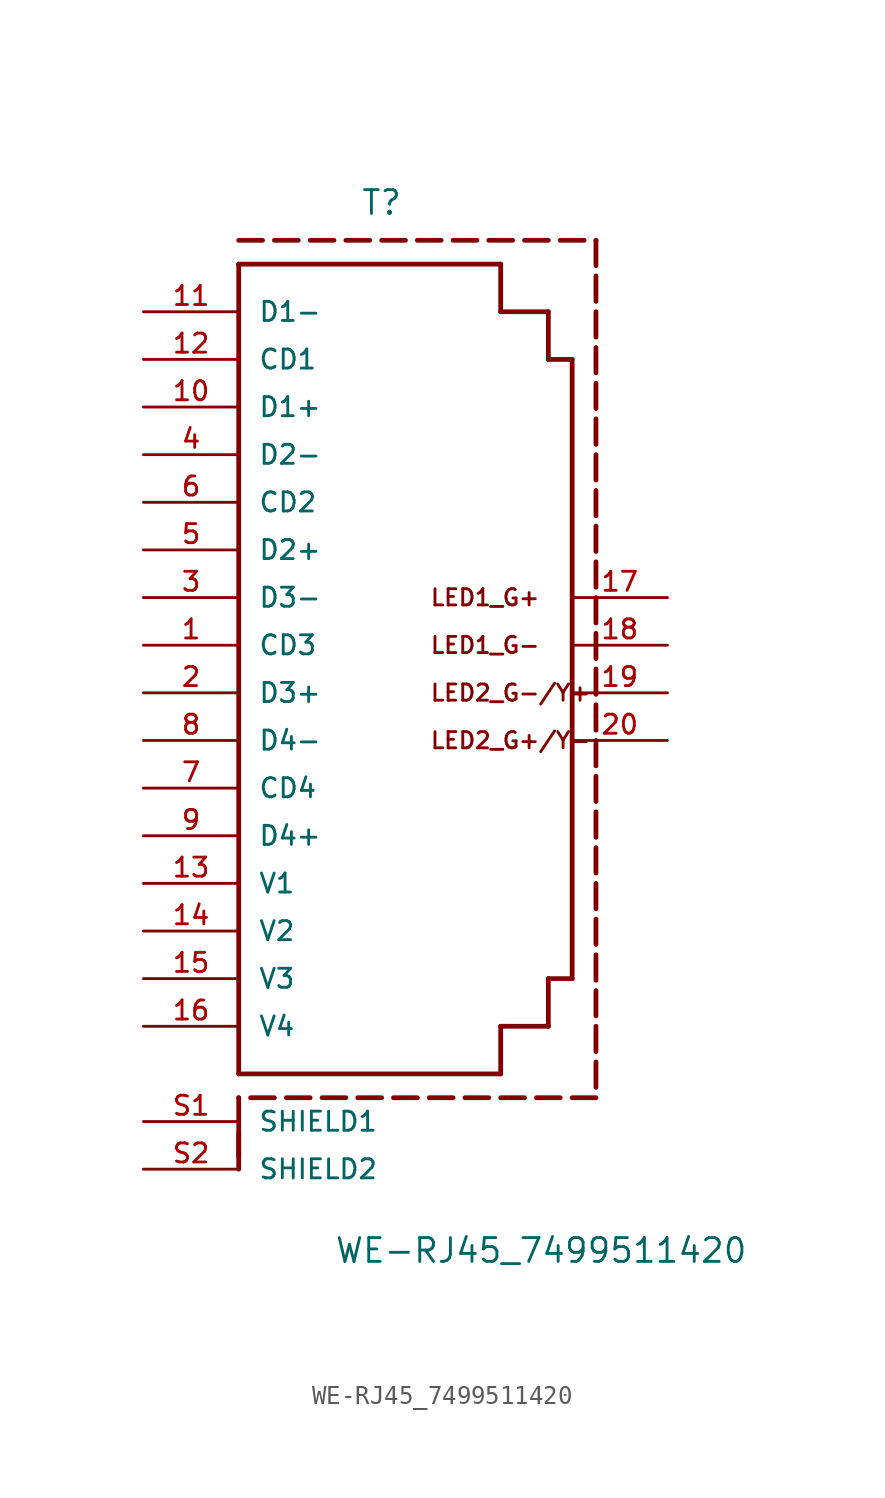
<source format=kicad_sym>
(kicad_symbol_lib
  (version 20211014)
  (generator kicad_symbol_editor)
  (symbol "WE-RJ45_7499511420"
    (pin_names
      (offset 1.016))
    (property "Reference" "T"
      (at 0.0 25.4 0)
      (effects (font (size 1.27 1.27)) (justify bottom)))
    (property "Value" "WE-RJ45_7499511420"
      (at -2.54 -30.48 0)
      (effects (font (size 1.27 1.27)) (justify bottom left)))
    (symbol "WE-RJ45_7499511420_0_0"
      (text "LED2_G-/Y+" (at 2.54 0.0 0) (effects (font (size 0.864 0.864)) (justify left)))
      (text "LED2_G+/Y-" (at 2.54 -2.54 0) (effects (font (size 0.864 0.864)) (justify left)))
      (text "LED1_G-" (at 2.54 2.54 0) (effects (font (size 0.864 0.864)) (justify left)))
      (text "LED1_G+" (at 2.54 5.08 0) (effects (font (size 0.864 0.864)) (justify left)))
      (polyline (pts (xy -7.62 22.86) (xy 6.35 22.86)) (stroke (width 0.254)))
      (polyline (pts (xy 10.16 17.78) (xy 10.16 -15.24)) (stroke (width 0.254)))
      (polyline (pts (xy 6.35 -20.32) (xy -7.62 -20.32)) (stroke (width 0.254)))
      (polyline (pts (xy -7.62 -20.32) (xy -7.62 22.86)) (stroke (width 0.254)))
      (polyline (pts (xy 6.35 22.86) (xy 6.35 20.32)) (stroke (width 0.254)))
      (polyline (pts (xy 6.35 20.32) (xy 8.89 20.32)) (stroke (width 0.254)))
      (polyline (pts (xy 8.89 20.32) (xy 8.89 17.78)) (stroke (width 0.254)))
      (polyline (pts (xy 6.35 -20.32) (xy 6.35 -17.78)) (stroke (width 0.254)))
      (polyline (pts (xy 6.35 -17.78) (xy 8.89 -17.78)) (stroke (width 0.254)))
      (polyline (pts (xy 8.89 -17.78) (xy 8.89 -15.24)) (stroke (width 0.254)))
      (polyline (pts (xy 8.89 -15.24) (xy 10.16 -15.24)) (stroke (width 0.254)))
      (polyline (pts (xy 8.89 17.78) (xy 10.16 17.78)) (stroke (width 0.254)))
      (polyline (pts (xy -7.62 24.13) (xy -6.35 24.13)) (stroke (width 0.254)))
      (polyline (pts (xy -5.715 24.13) (xy -4.445 24.13)) (stroke (width 0.254)))
      (polyline (pts (xy -3.81 24.13) (xy -2.54 24.13)) (stroke (width 0.254)))
      (polyline (pts (xy -1.905 24.13) (xy -0.635 24.13)) (stroke (width 0.254)))
      (polyline (pts (xy -8.88178e-16 24.13) (xy 1.27 24.13)) (stroke (width 0.254)))
      (polyline (pts (xy 1.905 24.13) (xy 3.175 24.13)) (stroke (width 0.254)))
      (polyline (pts (xy 3.81 24.13) (xy 5.08 24.13)) (stroke (width 0.254)))
      (polyline (pts (xy 5.715 24.13) (xy 6.985 24.13)) (stroke (width 0.254)))
      (polyline (pts (xy 7.62 24.13) (xy 8.89 24.13)) (stroke (width 0.254)))
      (polyline (pts (xy 9.525 24.13) (xy 10.795 24.13)) (stroke (width 0.254)))
      (polyline (pts (xy 11.43 24.13) (xy 11.43 24.13)) (stroke (width 0.254)))
      (polyline (pts (xy 11.43 24.13) (xy 11.43 22.777)) (stroke (width 0.254)))
      (polyline (pts (xy 11.43 22.225) (xy 11.43 20.872)) (stroke (width 0.254)))
      (polyline (pts (xy 11.43 20.32) (xy 11.43 18.967)) (stroke (width 0.254)))
      (polyline (pts (xy 11.43 18.415) (xy 11.43 17.062)) (stroke (width 0.254)))
      (polyline (pts (xy 11.43 16.51) (xy 11.43 15.157)) (stroke (width 0.254)))
      (polyline (pts (xy 11.43 14.605) (xy 11.43 13.252)) (stroke (width 0.254)))
      (polyline (pts (xy 11.43 12.7) (xy 11.43 11.347)) (stroke (width 0.254)))
      (polyline (pts (xy 11.43 10.795) (xy 11.43 9.442)) (stroke (width 0.254)))
      (polyline (pts (xy 11.43 8.89) (xy 11.43 7.537)) (stroke (width 0.254)))
      (polyline (pts (xy 11.43 6.985) (xy 11.43 5.632)) (stroke (width 0.254)))
      (polyline (pts (xy 11.43 5.08) (xy 11.43 3.727)) (stroke (width 0.254)))
      (polyline (pts (xy 11.43 3.175) (xy 11.43 1.822)) (stroke (width 0.254)))
      (polyline (pts (xy 11.43 1.27) (xy 11.43 -0.083)) (stroke (width 0.254)))
      (polyline (pts (xy 11.43 -0.635) (xy 11.43 -1.988)) (stroke (width 0.254)))
      (polyline (pts (xy 11.43 -2.54) (xy 11.43 -3.893)) (stroke (width 0.254)))
      (polyline (pts (xy 11.43 -4.445) (xy 11.43 -5.798)) (stroke (width 0.254)))
      (polyline (pts (xy 11.43 -6.35) (xy 11.43 -7.703)) (stroke (width 0.254)))
      (polyline (pts (xy 11.43 -8.255) (xy 11.43 -9.608)) (stroke (width 0.254)))
      (polyline (pts (xy 11.43 -10.16) (xy 11.43 -11.513)) (stroke (width 0.254)))
      (polyline (pts (xy 11.43 -12.065) (xy 11.43 -13.418)) (stroke (width 0.254)))
      (polyline (pts (xy 11.43 -13.97) (xy 11.43 -15.323)) (stroke (width 0.254)))
      (polyline (pts (xy 11.43 -15.875) (xy 11.43 -17.228)) (stroke (width 0.254)))
      (polyline (pts (xy 11.43 -17.78) (xy 11.43 -19.133)) (stroke (width 0.254)))
      (polyline (pts (xy 11.43 -19.685) (xy 11.43 -21.038)) (stroke (width 0.254)))
      (polyline (pts (xy 11.43 -21.59) (xy 10.16 -21.59)) (stroke (width 0.254)))
      (polyline (pts (xy 9.525 -21.59) (xy 8.255 -21.59)) (stroke (width 0.254)))
      (polyline (pts (xy 7.62 -21.59) (xy 6.35 -21.59)) (stroke (width 0.254)))
      (polyline (pts (xy 5.715 -21.59) (xy 4.445 -21.59)) (stroke (width 0.254)))
      (polyline (pts (xy 3.81 -21.59) (xy 2.54 -21.59)) (stroke (width 0.254)))
      (polyline (pts (xy 1.905 -21.59) (xy 0.635 -21.59)) (stroke (width 0.254)))
      (polyline (pts (xy 0.0 -21.59) (xy -1.27 -21.59)) (stroke (width 0.254)))
      (polyline (pts (xy -1.905 -21.59) (xy -3.175 -21.59)) (stroke (width 0.254)))
      (polyline (pts (xy -3.81 -21.59) (xy -5.08 -21.59)) (stroke (width 0.254)))
      (polyline (pts (xy -5.715 -21.59) (xy -6.985 -21.59)) (stroke (width 0.254)))
      (polyline (pts (xy -7.62 -21.59) (xy -7.62 -21.59)) (stroke (width 0.254)))
      (polyline (pts (xy -7.62 -21.59) (xy -7.62 -24.765)) (stroke (width 0.254)))
      (polyline (pts (xy -7.62 -23.495) (xy -7.62 -25.4)) (stroke (width 0.254)))
      (pin passive line (at -12.7 7.62 0) (length 5.08) (name "D2+" (effects (font (size 1.016 1.016)))) (number "5" (effects (font (size 1.016 1.016)))))
      (pin passive line (at -12.7 17.78 0) (length 5.08) (name "CD1" (effects (font (size 1.016 1.016)))) (number "12" (effects (font (size 1.016 1.016)))))
      (pin passive line (at -12.7 12.7 0) (length 5.08) (name "D2-" (effects (font (size 1.016 1.016)))) (number "4" (effects (font (size 1.016 1.016)))))
      (pin passive line (at -12.7 15.24 0) (length 5.08) (name "D1+" (effects (font (size 1.016 1.016)))) (number "10" (effects (font (size 1.016 1.016)))))
      (pin passive line (at -12.7 20.32 0) (length 5.08) (name "D1-" (effects (font (size 1.016 1.016)))) (number "11" (effects (font (size 1.016 1.016)))))
      (pin passive line (at -12.7 -22.86 0) (length 5.08) (name "SHIELD1" (effects (font (size 1.016 1.016)))) (number "S1" (effects (font (size 1.016 1.016)))))
      (pin passive line (at -12.7 -25.4 0) (length 5.08) (name "SHIELD2" (effects (font (size 1.016 1.016)))) (number "S2" (effects (font (size 1.016 1.016)))))
      (pin passive line (at -12.7 -17.78 0) (length 5.08) (name "V4" (effects (font (size 1.016 1.016)))) (number "16" (effects (font (size 1.016 1.016)))))
      (pin passive line (at -12.7 -15.24 0) (length 5.08) (name "V3" (effects (font (size 1.016 1.016)))) (number "15" (effects (font (size 1.016 1.016)))))
      (pin passive line (at -12.7 -10.16 0) (length 5.08) (name "V1" (effects (font (size 1.016 1.016)))) (number "13" (effects (font (size 1.016 1.016)))))
      (pin passive line (at -12.7 -12.7 0) (length 5.08) (name "V2" (effects (font (size 1.016 1.016)))) (number "14" (effects (font (size 1.016 1.016)))))
      (pin passive line (at -12.7 10.16 0) (length 5.08) (name "CD2" (effects (font (size 1.016 1.016)))) (number "6" (effects (font (size 1.016 1.016)))))
      (pin passive line (at -12.7 2.54 0) (length 5.08) (name "CD3" (effects (font (size 1.016 1.016)))) (number "1" (effects (font (size 1.016 1.016)))))
      (pin passive line (at -12.7 -5.08 0) (length 5.08) (name "CD4" (effects (font (size 1.016 1.016)))) (number "7" (effects (font (size 1.016 1.016)))))
      (pin passive line (at -12.7 0.0 0) (length 5.08) (name "D3+" (effects (font (size 1.016 1.016)))) (number "2" (effects (font (size 1.016 1.016)))))
      (pin passive line (at -12.7 5.08 0) (length 5.08) (name "D3-" (effects (font (size 1.016 1.016)))) (number "3" (effects (font (size 1.016 1.016)))))
      (pin passive line (at -12.7 -7.62 0) (length 5.08) (name "D4+" (effects (font (size 1.016 1.016)))) (number "9" (effects (font (size 1.016 1.016)))))
      (pin passive line (at -12.7 -2.54 0) (length 5.08) (name "D4-" (effects (font (size 1.016 1.016)))) (number "8" (effects (font (size 1.016 1.016)))))
      (pin passive line (at 15.24 2.54 180.0) (length 5.08) (name "~" (effects (font (size 1.016 1.016)))) (number "18" (effects (font (size 1.016 1.016)))))
      (pin passive line (at 15.24 5.08 180.0) (length 5.08) (name "~" (effects (font (size 1.016 1.016)))) (number "17" (effects (font (size 1.016 1.016)))))
      (pin passive line (at 15.24 0.0 180.0) (length 5.08) (name "~" (effects (font (size 1.016 1.016)))) (number "19" (effects (font (size 1.016 1.016)))))
      (pin passive line (at 15.24 -2.54 180.0) (length 5.08) (name "~" (effects (font (size 1.016 1.016)))) (number "20" (effects (font (size 1.016 1.016))))))))
</source>
